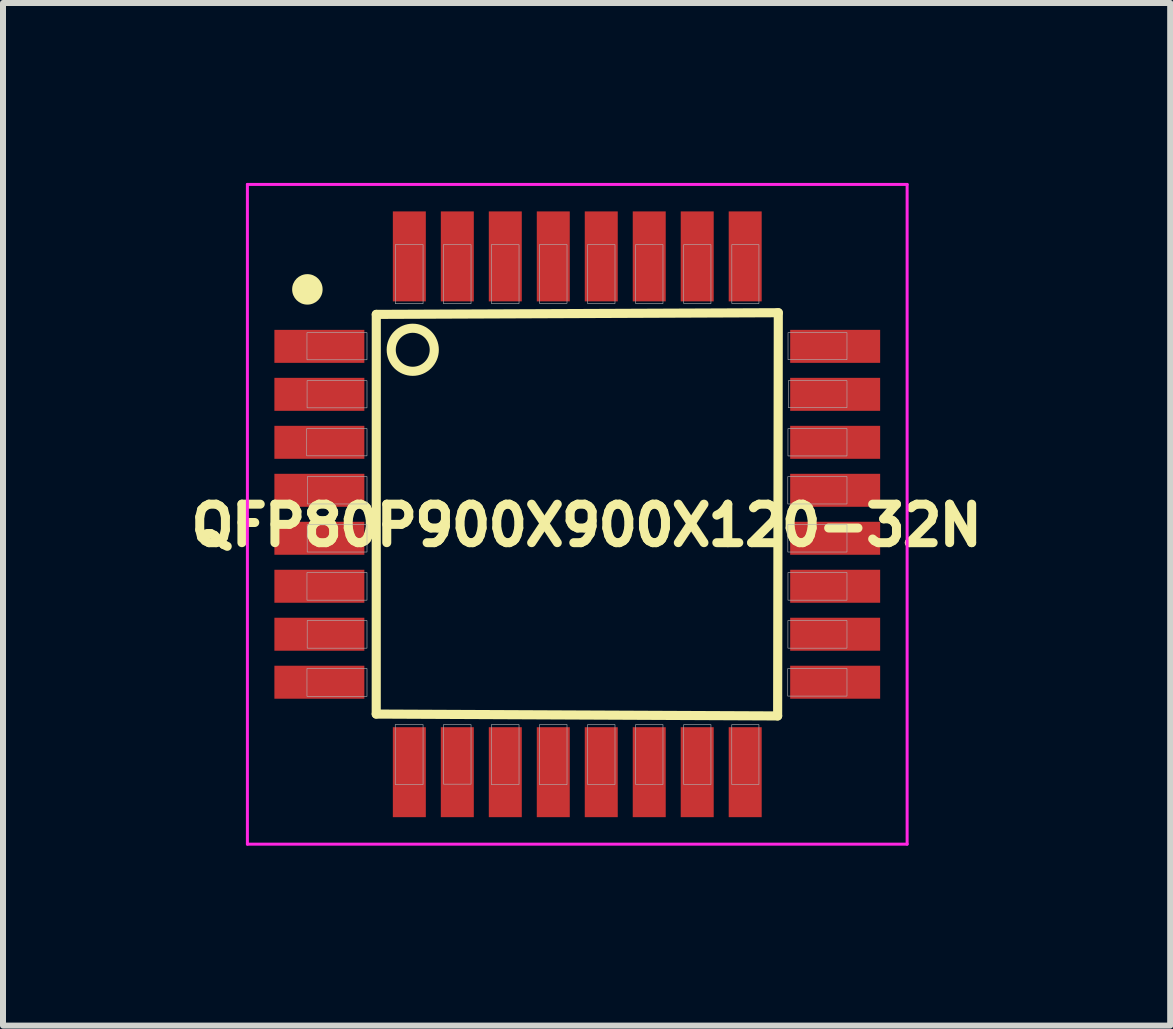
<source format=kicad_pcb>
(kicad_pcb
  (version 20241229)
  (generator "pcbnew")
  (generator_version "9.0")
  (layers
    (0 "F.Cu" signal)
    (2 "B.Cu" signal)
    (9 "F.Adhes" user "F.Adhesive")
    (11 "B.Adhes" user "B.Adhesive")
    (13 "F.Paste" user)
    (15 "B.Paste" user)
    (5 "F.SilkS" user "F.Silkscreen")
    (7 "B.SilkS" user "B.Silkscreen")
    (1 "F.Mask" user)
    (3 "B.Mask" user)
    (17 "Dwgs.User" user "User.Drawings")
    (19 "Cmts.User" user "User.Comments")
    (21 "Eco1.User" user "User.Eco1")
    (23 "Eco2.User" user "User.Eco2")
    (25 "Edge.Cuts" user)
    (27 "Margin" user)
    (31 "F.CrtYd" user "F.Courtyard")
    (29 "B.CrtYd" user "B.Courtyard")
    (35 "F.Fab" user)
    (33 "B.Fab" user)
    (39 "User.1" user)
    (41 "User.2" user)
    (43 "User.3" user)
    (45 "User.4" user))
  (footprint "QFP80P900X900X120-32N"
    (layer "F.Cu")
    (at 6.575 5.525)
    (property "Reference" "QFP80P900X900X120-32N" (at 0.156 0.184 0) (layer "F.SilkS") (effects (font (size 0.642 0.642) (thickness 0.15))))
    (attr smd)
    (fp_line (start -3.352 3.331) (end -3.351 -3.333) (stroke (width 0.152) (type solid)) (layer "F.SilkS"))
    (fp_line (start -3.351 -3.333) (end 3.352 -3.361) (stroke (width 0.152) (type solid)) (layer "F.SilkS"))
    (fp_line (start 3.341 3.362) (end -3.352 3.331) (stroke (width 0.152) (type solid)) (layer "F.SilkS"))
    (fp_line (start 3.352 -3.361) (end 3.341 3.362) (stroke (width 0.152) (type solid)) (layer "F.SilkS"))
    (fp_circle (center -4.5 -3.75) (end -4.246 -3.75) (stroke (width 0) (type solid)) (fill yes) (layer "F.SilkS"))
    (fp_circle (center -2.743 -2.743) (end -2.384 -2.743) (stroke (width 0.152) (type solid)) (fill no) (layer "F.SilkS"))
    (fp_line (start -5.5 -5.5) (end -5.5 5.5) (stroke (width 0.05) (type solid)) (layer "F.CrtYd"))
    (fp_line (start -5.5 5.5) (end 5.5 5.5) (stroke (width 0.05) (type solid)) (layer "F.CrtYd"))
    (fp_line (start 5.5 -5.5) (end -5.5 -5.5) (stroke (width 0.05) (type solid)) (layer "F.CrtYd"))
    (fp_line (start 5.5 5.5) (end 5.5 -5.5) (stroke (width 0.05) (type solid)) (layer "F.CrtYd"))
    (fp_poly (pts (xy -4.511 -1.429) (xy -3.506 -1.429) (xy -3.506 -0.975) (xy -4.511 -0.975)) (stroke (width 0.01) (type solid)) (fill no) (layer "F.Fab"))
    (fp_poly (pts (xy -4.507 2.571) (xy -3.506 2.571) (xy -3.506 3.036) (xy -4.507 3.036)) (stroke (width 0.01) (type solid)) (fill no) (layer "F.Fab"))
    (fp_poly (pts (xy -4.507 -3.029) (xy -3.506 -3.029) (xy -3.506 -2.577) (xy -4.507 -2.577)) (stroke (width 0.01) (type solid)) (fill no) (layer "F.Fab"))
    (fp_poly (pts (xy -4.507 0.971) (xy -3.506 0.971) (xy -3.506 1.432) (xy -4.507 1.432)) (stroke (width 0.01) (type solid)) (fill no) (layer "F.Fab"))
    (fp_poly (pts (xy -4.505 -2.229) (xy -3.506 -2.229) (xy -3.506 -1.775) (xy -4.505 -1.775)) (stroke (width 0.01) (type solid)) (fill no) (layer "F.Fab"))
    (fp_poly (pts (xy -4.503 0.171) (xy -3.506 0.171) (xy -3.506 0.629) (xy -4.503 0.629)) (stroke (width 0.01) (type solid)) (fill no) (layer "F.Fab"))
    (fp_poly (pts (xy -4.503 1.771) (xy -3.506 1.771) (xy -3.506 2.232) (xy -4.503 2.232)) (stroke (width 0.01) (type solid)) (fill no) (layer "F.Fab"))
    (fp_poly (pts (xy -4.5 -0.629) (xy -3.506 -0.629) (xy -3.506 -0.172) (xy -4.5 -0.172)) (stroke (width 0.01) (type solid)) (fill no) (layer "F.Fab"))
    (fp_poly (pts (xy -3.035 3.506) (xy -2.571 3.506) (xy -2.571 4.506) (xy -3.035 4.506)) (stroke (width 0.01) (type solid)) (fill no) (layer "F.Fab"))
    (fp_poly (pts (xy -3.033 -4.497) (xy -2.571 -4.497) (xy -2.571 -3.511) (xy -3.033 -3.511)) (stroke (width 0.01) (type solid)) (fill no) (layer "F.Fab"))
    (fp_poly (pts (xy -2.232 -4.497) (xy -1.771 -4.497) (xy -1.771 -3.512) (xy -2.232 -3.512)) (stroke (width 0.01) (type solid)) (fill no) (layer "F.Fab"))
    (fp_poly (pts (xy -2.23 3.506) (xy -1.771 3.506) (xy -1.771 4.5) (xy -2.23 4.5)) (stroke (width 0.01) (type solid)) (fill no) (layer "F.Fab"))
    (fp_poly (pts (xy -1.432 3.506) (xy -0.971 3.506) (xy -0.971 4.507) (xy -1.432 4.507)) (stroke (width 0.01) (type solid)) (fill no) (layer "F.Fab"))
    (fp_poly (pts (xy -1.432 -4.497) (xy -0.971 -4.497) (xy -0.971 -3.513) (xy -1.432 -3.513)) (stroke (width 0.01) (type solid)) (fill no) (layer "F.Fab"))
    (fp_poly (pts (xy -0.631 -4.497) (xy -0.171 -4.497) (xy -0.171 -3.517) (xy -0.631 -3.517)) (stroke (width 0.01) (type solid)) (fill no) (layer "F.Fab"))
    (fp_poly (pts (xy -0.63 3.506) (xy -0.171 3.506) (xy -0.171 4.509) (xy -0.63 4.509)) (stroke (width 0.01) (type solid)) (fill no) (layer "F.Fab"))
    (fp_poly (pts (xy 0.172 3.506) (xy 0.629 3.506) (xy 0.629 4.505) (xy 0.172 4.505)) (stroke (width 0.01) (type solid)) (fill no) (layer "F.Fab"))
    (fp_poly (pts (xy 0.172 -4.497) (xy 0.629 -4.497) (xy 0.629 -3.513) (xy 0.172 -3.513)) (stroke (width 0.01) (type solid)) (fill no) (layer "F.Fab"))
    (fp_poly (pts (xy 0.973 3.506) (xy 1.429 3.506) (xy 1.429 4.505) (xy 0.973 4.505)) (stroke (width 0.01) (type solid)) (fill no) (layer "F.Fab"))
    (fp_poly (pts (xy 0.973 -4.497) (xy 1.429 -4.497) (xy 1.429 -3.513) (xy 0.973 -3.513)) (stroke (width 0.01) (type solid)) (fill no) (layer "F.Fab"))
    (fp_poly (pts (xy 1.775 3.506) (xy 2.229 3.506) (xy 2.229 4.506) (xy 1.775 4.506)) (stroke (width 0.01) (type solid)) (fill no) (layer "F.Fab"))
    (fp_poly (pts (xy 1.775 -4.497) (xy 2.229 -4.497) (xy 2.229 -3.513) (xy 1.775 -3.513)) (stroke (width 0.01) (type solid)) (fill no) (layer "F.Fab"))
    (fp_poly (pts (xy 2.576 3.506) (xy 3.029 3.506) (xy 3.029 4.505) (xy 2.576 4.505)) (stroke (width 0.01) (type solid)) (fill no) (layer "F.Fab"))
    (fp_poly (pts (xy 2.577 -4.497) (xy 3.029 -4.497) (xy 3.029 -3.514) (xy 2.577 -3.514)) (stroke (width 0.01) (type solid)) (fill no) (layer "F.Fab"))
    (fp_poly (pts (xy 3.509 2.571) (xy 4.497 2.571) (xy 4.497 3.031) (xy 3.509 3.031)) (stroke (width 0.01) (type solid)) (fill no) (layer "F.Fab"))
    (fp_poly (pts (xy 3.51 -0.629) (xy 4.497 -0.629) (xy 4.497 -0.172) (xy 3.51 -0.172)) (stroke (width 0.01) (type solid)) (fill no) (layer "F.Fab"))
    (fp_poly (pts (xy 3.511 0.171) (xy 4.497 0.171) (xy 4.497 0.629) (xy 3.511 0.629)) (stroke (width 0.01) (type solid)) (fill no) (layer "F.Fab"))
    (fp_poly (pts (xy 3.512 1.771) (xy 4.497 1.771) (xy 4.497 2.232) (xy 3.512 2.232)) (stroke (width 0.01) (type solid)) (fill no) (layer "F.Fab"))
    (fp_poly (pts (xy 3.513 -1.429) (xy 4.497 -1.429) (xy 4.497 -0.973) (xy 3.513 -0.973)) (stroke (width 0.01) (type solid)) (fill no) (layer "F.Fab"))
    (fp_poly (pts (xy 3.513 0.971) (xy 4.497 0.971) (xy 4.497 1.432) (xy 3.513 1.432)) (stroke (width 0.01) (type solid)) (fill no) (layer "F.Fab"))
    (fp_poly (pts (xy 3.514 -3.029) (xy 4.497 -3.029) (xy 4.497 -2.578) (xy 3.514 -2.578)) (stroke (width 0.01) (type solid)) (fill no) (layer "F.Fab"))
    (fp_poly (pts (xy 3.519 -2.229) (xy 4.497 -2.229) (xy 4.497 -1.778) (xy 3.519 -1.778)) (stroke (width 0.01) (type solid)) (fill no) (layer "F.Fab"))
    (pad "1" smd rect (at -4.3 -2.8) (size 1.5 0.55) (layers "F.Cu" "F.Mask" "F.Paste"))
    (pad "2" smd rect (at -4.3 -2) (size 1.5 0.55) (layers "F.Cu" "F.Mask" "F.Paste"))
    (pad "3" smd rect (at -4.3 -1.2) (size 1.5 0.55) (layers "F.Cu" "F.Mask" "F.Paste"))
    (pad "4" smd rect (at -4.3 -0.4) (size 1.5 0.55) (layers "F.Cu" "F.Mask" "F.Paste"))
    (pad "5" smd rect (at -4.3 0.4) (size 1.5 0.55) (layers "F.Cu" "F.Mask" "F.Paste"))
    (pad "6" smd rect (at -4.3 1.2) (size 1.5 0.55) (layers "F.Cu" "F.Mask" "F.Paste"))
    (pad "7" smd rect (at -4.3 2) (size 1.5 0.55) (layers "F.Cu" "F.Mask" "F.Paste"))
    (pad "8" smd rect (at -4.3 2.8) (size 1.5 0.55) (layers "F.Cu" "F.Mask" "F.Paste"))
    (pad "9" smd rect (at -2.8 4.3) (size 0.55 1.5) (layers "F.Cu" "F.Mask" "F.Paste"))
    (pad "10" smd rect (at -2 4.3) (size 0.55 1.5) (layers "F.Cu" "F.Mask" "F.Paste"))
    (pad "11" smd rect (at -1.2 4.3) (size 0.55 1.5) (layers "F.Cu" "F.Mask" "F.Paste"))
    (pad "12" smd rect (at -0.4 4.3) (size 0.55 1.5) (layers "F.Cu" "F.Mask" "F.Paste"))
    (pad "13" smd rect (at 0.4 4.3) (size 0.55 1.5) (layers "F.Cu" "F.Mask" "F.Paste"))
    (pad "14" smd rect (at 1.2 4.3) (size 0.55 1.5) (layers "F.Cu" "F.Mask" "F.Paste"))
    (pad "15" smd rect (at 2 4.3) (size 0.55 1.5) (layers "F.Cu" "F.Mask" "F.Paste"))
    (pad "16" smd rect (at 2.8 4.3) (size 0.55 1.5) (layers "F.Cu" "F.Mask" "F.Paste"))
    (pad "17" smd rect (at 4.3 2.8) (size 1.5 0.55) (layers "F.Cu" "F.Mask" "F.Paste"))
    (pad "18" smd rect (at 4.3 2) (size 1.5 0.55) (layers "F.Cu" "F.Mask" "F.Paste"))
    (pad "19" smd rect (at 4.3 1.2) (size 1.5 0.55) (layers "F.Cu" "F.Mask" "F.Paste"))
    (pad "20" smd rect (at 4.3 0.4) (size 1.5 0.55) (layers "F.Cu" "F.Mask" "F.Paste"))
    (pad "21" smd rect (at 4.3 -0.4) (size 1.5 0.55) (layers "F.Cu" "F.Mask" "F.Paste"))
    (pad "22" smd rect (at 4.3 -1.2) (size 1.5 0.55) (layers "F.Cu" "F.Mask" "F.Paste"))
    (pad "23" smd rect (at 4.3 -2) (size 1.5 0.55) (layers "F.Cu" "F.Mask" "F.Paste"))
    (pad "24" smd rect (at 4.3 -2.8) (size 1.5 0.55) (layers "F.Cu" "F.Mask" "F.Paste"))
    (pad "25" smd rect (at 2.8 -4.3) (size 0.55 1.5) (layers "F.Cu" "F.Mask" "F.Paste"))
    (pad "26" smd rect (at 2 -4.3) (size 0.55 1.5) (layers "F.Cu" "F.Mask" "F.Paste"))
    (pad "27" smd rect (at 1.2 -4.3) (size 0.55 1.5) (layers "F.Cu" "F.Mask" "F.Paste"))
    (pad "28" smd rect (at 0.4 -4.3) (size 0.55 1.5) (layers "F.Cu" "F.Mask" "F.Paste"))
    (pad "29" smd rect (at -0.4 -4.3) (size 0.55 1.5) (layers "F.Cu" "F.Mask" "F.Paste"))
    (pad "30" smd rect (at -1.2 -4.3) (size 0.55 1.5) (layers "F.Cu" "F.Mask" "F.Paste"))
    (pad "31" smd rect (at -2 -4.3) (size 0.55 1.5) (layers "F.Cu" "F.Mask" "F.Paste"))
    (pad "32" smd rect (at -2.8 -4.3) (size 0.55 1.5) (layers "F.Cu" "F.Mask" "F.Paste")))
  (gr_rect
    (start -3 -3)
    (end 16.461 14.05)
    (stroke (width 0.1) (type default))
    (fill no)
    (layer "Edge.Cuts")))
</source>
